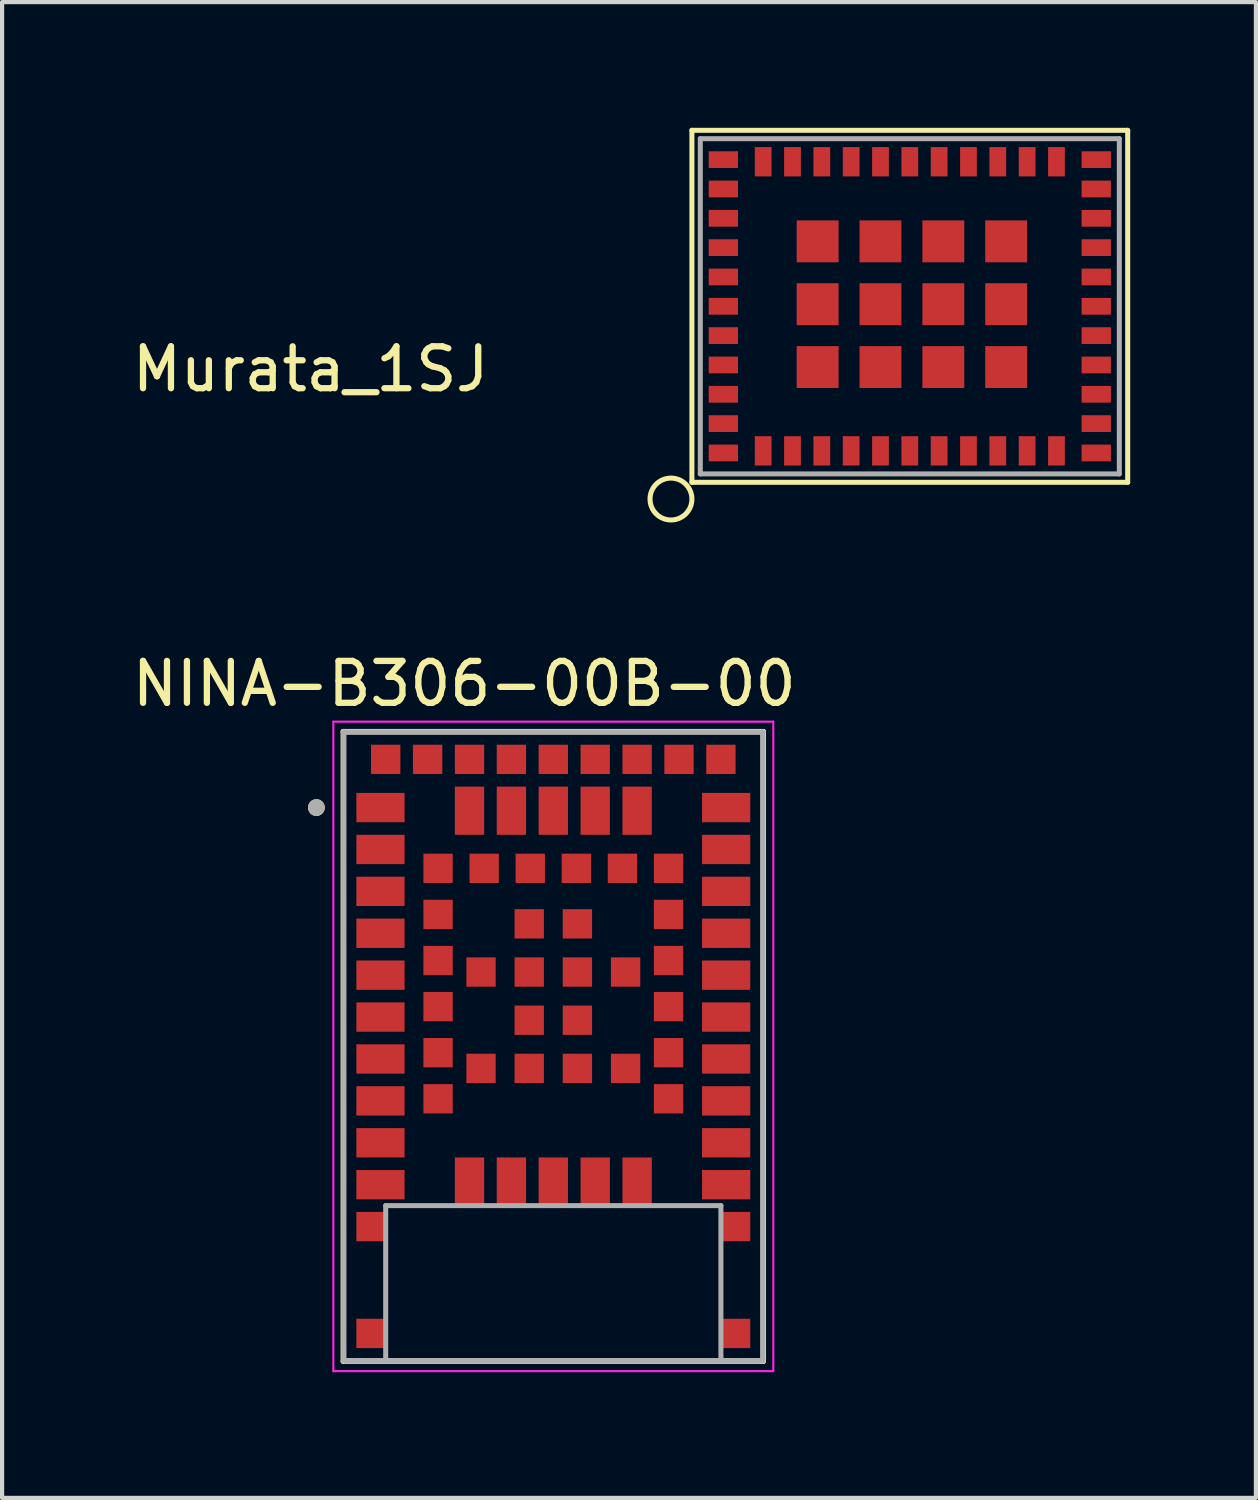
<source format=kicad_pcb>
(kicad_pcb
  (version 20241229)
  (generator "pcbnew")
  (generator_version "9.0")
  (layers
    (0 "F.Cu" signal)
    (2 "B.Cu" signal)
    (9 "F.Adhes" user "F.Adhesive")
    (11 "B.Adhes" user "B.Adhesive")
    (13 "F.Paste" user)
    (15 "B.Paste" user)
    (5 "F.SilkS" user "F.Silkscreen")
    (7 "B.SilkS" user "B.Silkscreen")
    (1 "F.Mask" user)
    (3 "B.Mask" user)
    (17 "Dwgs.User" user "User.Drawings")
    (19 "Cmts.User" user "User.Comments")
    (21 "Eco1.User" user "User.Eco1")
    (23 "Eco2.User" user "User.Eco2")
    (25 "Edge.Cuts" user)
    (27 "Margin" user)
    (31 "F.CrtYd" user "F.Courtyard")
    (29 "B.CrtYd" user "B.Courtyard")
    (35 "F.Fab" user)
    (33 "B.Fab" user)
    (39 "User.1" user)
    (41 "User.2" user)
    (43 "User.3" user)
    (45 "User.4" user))
  (footprint "NINA-B306-00B-00"
    (layer "F.Cu")
    (at 10.155 21.923)
    (property "Reference" "NINA-B306-00B-00" (at -2.125 -8.655 0) (layer "F.SilkS") (effects (font (size 1 1) (thickness 0.15))))
    (attr through_hole)
    (fp_line (start -5.013 -7.513) (end 5.013 -7.513) (stroke (width 0.127) (type solid)) (layer "F.SilkS"))
    (fp_line (start -5.013 7.513) (end -5.013 -7.513) (stroke (width 0.127) (type solid)) (layer "F.SilkS"))
    (fp_line (start 5.013 -7.513) (end 5.013 7.513) (stroke (width 0.127) (type solid)) (layer "F.SilkS"))
    (fp_line (start 5.013 7.513) (end -5.013 7.513) (stroke (width 0.127) (type solid)) (layer "F.SilkS"))
    (fp_circle (center -5.654 -5.7) (end -5.554 -5.7) (stroke (width 0.2) (type solid)) (fill no) (layer "F.SilkS"))
    (fp_line (start -5.25 -7.75) (end 5.25 -7.75) (stroke (width 0.05) (type solid)) (layer "F.CrtYd"))
    (fp_line (start -5.25 7.75) (end -5.25 -7.75) (stroke (width 0.05) (type solid)) (layer "F.CrtYd"))
    (fp_line (start 5.25 -7.75) (end 5.25 7.75) (stroke (width 0.05) (type solid)) (layer "F.CrtYd"))
    (fp_line (start 5.25 7.75) (end -5.25 7.75) (stroke (width 0.05) (type solid)) (layer "F.CrtYd"))
    (fp_line (start -5 -7.5) (end 5 -7.5) (stroke (width 0.127) (type solid)) (layer "F.Fab"))
    (fp_line (start -5 7.5) (end -5 -7.5) (stroke (width 0.127) (type solid)) (layer "F.Fab"))
    (fp_line (start -4 3.8) (end 4 3.8) (stroke (width 0.12) (type solid)) (layer "F.Fab"))
    (fp_line (start -4 7.5) (end -4 3.8) (stroke (width 0.12) (type solid)) (layer "F.Fab"))
    (fp_line (start 4 3.8) (end 4 7.5) (stroke (width 0.12) (type solid)) (layer "F.Fab"))
    (fp_line (start 5 -7.5) (end 5 7.5) (stroke (width 0.127) (type solid)) (layer "F.Fab"))
    (fp_line (start 5 7.5) (end -5 7.5) (stroke (width 0.127) (type solid)) (layer "F.Fab"))
    (fp_circle (center -5.654 -5.7) (end -5.554 -5.7) (stroke (width 0.2) (type solid)) (fill no) (layer "F.Fab"))
    (pad "0" smd rect (at -4.35 4.3) (size 0.7 0.7) (layers "F.Cu" "F.Mask" "F.Paste"))
    (pad "0" smd rect (at -4.35 6.85) (size 0.7 0.7) (layers "F.Cu" "F.Mask" "F.Paste"))
    (pad "0" smd rect (at -1.725 -1.775) (size 0.7 0.7) (layers "F.Cu" "F.Mask" "F.Paste"))
    (pad "0" smd rect (at -1.725 0.525) (size 0.7 0.7) (layers "F.Cu" "F.Mask" "F.Paste"))
    (pad "0" smd rect (at -0.575 -2.925) (size 0.7 0.7) (layers "F.Cu" "F.Mask" "F.Paste"))
    (pad "0" smd rect (at -0.575 -1.775) (size 0.7 0.7) (layers "F.Cu" "F.Mask" "F.Paste"))
    (pad "0" smd rect (at -0.575 -0.625) (size 0.7 0.7) (layers "F.Cu" "F.Mask" "F.Paste"))
    (pad "0" smd rect (at -0.575 0.525) (size 0.7 0.7) (layers "F.Cu" "F.Mask" "F.Paste"))
    (pad "0" smd rect (at 0.575 -2.925) (size 0.7 0.7) (layers "F.Cu" "F.Mask" "F.Paste"))
    (pad "0" smd rect (at 0.575 -1.775) (size 0.7 0.7) (layers "F.Cu" "F.Mask" "F.Paste"))
    (pad "0" smd rect (at 0.575 -0.625) (size 0.7 0.7) (layers "F.Cu" "F.Mask" "F.Paste"))
    (pad "0" smd rect (at 0.575 0.525) (size 0.7 0.7) (layers "F.Cu" "F.Mask" "F.Paste"))
    (pad "0" smd rect (at 1.725 -1.775) (size 0.7 0.7) (layers "F.Cu" "F.Mask" "F.Paste"))
    (pad "0" smd rect (at 1.725 0.525) (size 0.7 0.7) (layers "F.Cu" "F.Mask" "F.Paste"))
    (pad "0" smd rect (at 4.35 4.3) (size 0.7 0.7) (layers "F.Cu" "F.Mask" "F.Paste"))
    (pad "0" smd rect (at 4.35 6.85) (size 0.7 0.7) (layers "F.Cu" "F.Mask" "F.Paste"))
    (pad "1" smd rect (at -4.125 -5.7) (size 1.15 0.7) (layers "F.Cu" "F.Mask" "F.Paste"))
    (pad "2" smd rect (at -4.125 -4.7) (size 1.15 0.7) (layers "F.Cu" "F.Mask" "F.Paste"))
    (pad "3" smd rect (at -4.125 -3.7) (size 1.15 0.7) (layers "F.Cu" "F.Mask" "F.Paste"))
    (pad "4" smd rect (at -4.125 -2.7) (size 1.15 0.7) (layers "F.Cu" "F.Mask" "F.Paste"))
    (pad "5" smd rect (at -4.125 -1.7) (size 1.15 0.7) (layers "F.Cu" "F.Mask" "F.Paste"))
    (pad "6" smd rect (at -4.125 -0.7) (size 1.15 0.7) (layers "F.Cu" "F.Mask" "F.Paste"))
    (pad "7" smd rect (at -4.125 0.3) (size 1.15 0.7) (layers "F.Cu" "F.Mask" "F.Paste"))
    (pad "8" smd rect (at -4.125 1.3) (size 1.15 0.7) (layers "F.Cu" "F.Mask" "F.Paste"))
    (pad "9" smd rect (at -4.125 2.3) (size 1.15 0.7) (layers "F.Cu" "F.Mask" "F.Paste"))
    (pad "10" smd rect (at -4.125 3.3) (size 1.15 0.7) (layers "F.Cu" "F.Mask" "F.Paste"))
    (pad "11" smd rect (at -2 3.225) (size 0.7 1.15) (layers "F.Cu" "F.Mask" "F.Paste"))
    (pad "12" smd rect (at -1 3.225) (size 0.7 1.15) (layers "F.Cu" "F.Mask" "F.Paste"))
    (pad "13" smd rect (at 0 3.225) (size 0.7 1.15) (layers "F.Cu" "F.Mask" "F.Paste"))
    (pad "14" smd rect (at 1 3.225) (size 0.7 1.15) (layers "F.Cu" "F.Mask" "F.Paste"))
    (pad "15" smd rect (at 2 3.225) (size 0.7 1.15) (layers "F.Cu" "F.Mask" "F.Paste"))
    (pad "16" smd rect (at 4.125 3.3) (size 1.15 0.7) (layers "F.Cu" "F.Mask" "F.Paste"))
    (pad "17" smd rect (at 4.125 2.3) (size 1.15 0.7) (layers "F.Cu" "F.Mask" "F.Paste"))
    (pad "18" smd rect (at 4.125 1.3) (size 1.15 0.7) (layers "F.Cu" "F.Mask" "F.Paste"))
    (pad "19" smd rect (at 4.125 0.3) (size 1.15 0.7) (layers "F.Cu" "F.Mask" "F.Paste"))
    (pad "20" smd rect (at 4.125 -0.7) (size 1.15 0.7) (layers "F.Cu" "F.Mask" "F.Paste"))
    (pad "21" smd rect (at 4.125 -1.7) (size 1.15 0.7) (layers "F.Cu" "F.Mask" "F.Paste"))
    (pad "22" smd rect (at 4.125 -2.7) (size 1.15 0.7) (layers "F.Cu" "F.Mask" "F.Paste"))
    (pad "23" smd rect (at 4.125 -3.7) (size 1.15 0.7) (layers "F.Cu" "F.Mask" "F.Paste"))
    (pad "24" smd rect (at 4.125 -4.7) (size 1.15 0.7) (layers "F.Cu" "F.Mask" "F.Paste"))
    (pad "25" smd rect (at 4.125 -5.7) (size 1.15 0.7) (layers "F.Cu" "F.Mask" "F.Paste"))
    (pad "26" smd rect (at 2 -5.625) (size 0.7 1.15) (layers "F.Cu" "F.Mask" "F.Paste"))
    (pad "27" smd rect (at 1 -5.625) (size 0.7 1.15) (layers "F.Cu" "F.Mask" "F.Paste"))
    (pad "28" smd rect (at 0 -5.625) (size 0.7 1.15) (layers "F.Cu" "F.Mask" "F.Paste"))
    (pad "29" smd rect (at -1 -5.625) (size 0.7 1.15) (layers "F.Cu" "F.Mask" "F.Paste"))
    (pad "30" smd rect (at -2 -5.625) (size 0.7 1.15) (layers "F.Cu" "F.Mask" "F.Paste"))
    (pad "31" smd rect (at -2.75 -4.25) (size 0.7 0.7) (layers "F.Cu" "F.Mask" "F.Paste"))
    (pad "32" smd rect (at -2.75 -3.15) (size 0.7 0.7) (layers "F.Cu" "F.Mask" "F.Paste"))
    (pad "33" smd rect (at -2.75 -2.05) (size 0.7 0.7) (layers "F.Cu" "F.Mask" "F.Paste"))
    (pad "34" smd rect (at -2.75 -0.95) (size 0.7 0.7) (layers "F.Cu" "F.Mask" "F.Paste"))
    (pad "35" smd rect (at -2.75 0.15) (size 0.7 0.7) (layers "F.Cu" "F.Mask" "F.Paste"))
    (pad "36" smd rect (at -2.75 1.25) (size 0.7 0.7) (layers "F.Cu" "F.Mask" "F.Paste"))
    (pad "37" smd rect (at 2.75 1.25) (size 0.7 0.7) (layers "F.Cu" "F.Mask" "F.Paste"))
    (pad "38" smd rect (at 2.75 0.15) (size 0.7 0.7) (layers "F.Cu" "F.Mask" "F.Paste"))
    (pad "39" smd rect (at 2.75 -0.95) (size 0.7 0.7) (layers "F.Cu" "F.Mask" "F.Paste"))
    (pad "40" smd rect (at 2.75 -2.05) (size 0.7 0.7) (layers "F.Cu" "F.Mask" "F.Paste"))
    (pad "41" smd rect (at 2.75 -3.15) (size 0.7 0.7) (layers "F.Cu" "F.Mask" "F.Paste"))
    (pad "42" smd rect (at 2.75 -4.25) (size 0.7 0.7) (layers "F.Cu" "F.Mask" "F.Paste"))
    (pad "43" smd rect (at 1.65 -4.25) (size 0.7 0.7) (layers "F.Cu" "F.Mask" "F.Paste"))
    (pad "44" smd rect (at 0.55 -4.25) (size 0.7 0.7) (layers "F.Cu" "F.Mask" "F.Paste"))
    (pad "45" smd rect (at -0.55 -4.25) (size 0.7 0.7) (layers "F.Cu" "F.Mask" "F.Paste"))
    (pad "46" smd rect (at -1.65 -4.25) (size 0.7 0.7) (layers "F.Cu" "F.Mask" "F.Paste"))
    (pad "47" smd rect (at 4 -6.85) (size 0.7 0.7) (layers "F.Cu" "F.Mask" "F.Paste"))
    (pad "48" smd rect (at 3 -6.85) (size 0.7 0.7) (layers "F.Cu" "F.Mask" "F.Paste"))
    (pad "49" smd rect (at 2 -6.85) (size 0.7 0.7) (layers "F.Cu" "F.Mask" "F.Paste"))
    (pad "50" smd rect (at 1 -6.85) (size 0.7 0.7) (layers "F.Cu" "F.Mask" "F.Paste"))
    (pad "51" smd rect (at 0 -6.85) (size 0.7 0.7) (layers "F.Cu" "F.Mask" "F.Paste"))
    (pad "52" smd rect (at -1 -6.85) (size 0.7 0.7) (layers "F.Cu" "F.Mask" "F.Paste"))
    (pad "53" smd rect (at -2 -6.85) (size 0.7 0.7) (layers "F.Cu" "F.Mask" "F.Paste"))
    (pad "54" smd rect (at -3 -6.85) (size 0.7 0.7) (layers "F.Cu" "F.Mask" "F.Paste"))
    (pad "55" smd rect (at -4 -6.85) (size 0.7 0.7) (layers "F.Cu" "F.Mask" "F.Paste")))
  (footprint "Murata_1SJ"
    (layer "F.Cu")
    (at 13.663 0.26)
    (property "Reference" "Murata_1SJ" (at -9.3 5.5 0) (layer "F.SilkS") (effects (font (size 1 1) (thickness 0.15))))
    (attr through_hole)
    (fp_line (start -0.2 -0.2) (end -0.2 8.2) (stroke (width 0.12) (type solid)) (layer "F.SilkS"))
    (fp_line (start -0.2 -0.2) (end 10.2 -0.2) (stroke (width 0.12) (type solid)) (layer "F.SilkS"))
    (fp_line (start -0.2 8.2) (end 10.2 8.2) (stroke (width 0.12) (type solid)) (layer "F.SilkS"))
    (fp_line (start 10.2 -0.2) (end 10.2 8.2) (stroke (width 0.12) (type solid)) (layer "F.SilkS"))
    (fp_circle (center -0.7 8.6) (end -0.2 8.6) (stroke (width 0.12) (type solid)) (fill no) (layer "F.SilkS"))
    (fp_line (start 0 0) (end 0 8) (stroke (width 0.12) (type solid)) (layer "F.Fab"))
    (fp_line (start 0 0) (end 10 0) (stroke (width 0.12) (type solid)) (layer "F.Fab"))
    (fp_line (start 10 0) (end 10 8) (stroke (width 0.12) (type solid)) (layer "F.Fab"))
    (fp_line (start 10 8) (end 0 8) (stroke (width 0.12) (type solid)) (layer "F.Fab"))
    (pad "1" smd rect (at 1.5 7.45) (size 0.4 0.7) (layers "F.Cu" "F.Mask" "F.Paste"))
    (pad "2" smd rect (at 2.2 7.45) (size 0.4 0.7) (layers "F.Cu" "F.Mask" "F.Paste"))
    (pad "3" smd rect (at 2.9 7.45) (size 0.4 0.7) (layers "F.Cu" "F.Mask" "F.Paste"))
    (pad "4" smd rect (at 3.6 7.45) (size 0.4 0.7) (layers "F.Cu" "F.Mask" "F.Paste"))
    (pad "5" smd rect (at 4.3 7.45) (size 0.4 0.7) (layers "F.Cu" "F.Mask" "F.Paste"))
    (pad "6" smd rect (at 5 7.45) (size 0.4 0.7) (layers "F.Cu" "F.Mask" "F.Paste"))
    (pad "7" smd rect (at 5.7 7.45) (size 0.4 0.7) (layers "F.Cu" "F.Mask" "F.Paste"))
    (pad "8" smd rect (at 6.4 7.45) (size 0.4 0.7) (layers "F.Cu" "F.Mask" "F.Paste"))
    (pad "9" smd rect (at 7.1 7.45) (size 0.4 0.7) (layers "F.Cu" "F.Mask" "F.Paste"))
    (pad "10" smd rect (at 7.8 7.45) (size 0.4 0.7) (layers "F.Cu" "F.Mask" "F.Paste"))
    (pad "11" smd rect (at 8.5 7.45) (size 0.4 0.7) (layers "F.Cu" "F.Mask" "F.Paste"))
    (pad "12" smd rect (at 9.45 7.5 90) (size 0.4 0.7) (layers "F.Cu" "F.Mask" "F.Paste"))
    (pad "13" smd rect (at 9.45 6.8 90) (size 0.4 0.7) (layers "F.Cu" "F.Mask" "F.Paste"))
    (pad "14" smd rect (at 9.45 6.1 90) (size 0.4 0.7) (layers "F.Cu" "F.Mask" "F.Paste"))
    (pad "15" smd rect (at 9.45 5.4 90) (size 0.4 0.7) (layers "F.Cu" "F.Mask" "F.Paste"))
    (pad "16" smd rect (at 9.45 4.7 90) (size 0.4 0.7) (layers "F.Cu" "F.Mask" "F.Paste"))
    (pad "17" smd rect (at 9.45 4 90) (size 0.4 0.7) (layers "F.Cu" "F.Mask" "F.Paste"))
    (pad "18" smd rect (at 9.45 3.3 90) (size 0.4 0.7) (layers "F.Cu" "F.Mask" "F.Paste"))
    (pad "19" smd rect (at 9.45 2.6 90) (size 0.4 0.7) (layers "F.Cu" "F.Mask" "F.Paste"))
    (pad "20" smd rect (at 9.45 1.9 90) (size 0.4 0.7) (layers "F.Cu" "F.Mask" "F.Paste"))
    (pad "21" smd rect (at 9.45 1.2 90) (size 0.4 0.7) (layers "F.Cu" "F.Mask" "F.Paste"))
    (pad "22" smd rect (at 9.45 0.5 90) (size 0.4 0.7) (layers "F.Cu" "F.Mask" "F.Paste"))
    (pad "23" smd rect (at 8.5 0.55) (size 0.4 0.7) (layers "F.Cu" "F.Mask" "F.Paste"))
    (pad "24" smd rect (at 7.8 0.55) (size 0.4 0.7) (layers "F.Cu" "F.Mask" "F.Paste"))
    (pad "25" smd rect (at 7.1 0.55) (size 0.4 0.7) (layers "F.Cu" "F.Mask" "F.Paste"))
    (pad "26" smd rect (at 6.4 0.55) (size 0.4 0.7) (layers "F.Cu" "F.Mask" "F.Paste"))
    (pad "27" smd rect (at 5.7 0.55) (size 0.4 0.7) (layers "F.Cu" "F.Mask" "F.Paste"))
    (pad "28" smd rect (at 5 0.55) (size 0.4 0.7) (layers "F.Cu" "F.Mask" "F.Paste"))
    (pad "29" smd rect (at 4.3 0.55) (size 0.4 0.7) (layers "F.Cu" "F.Mask" "F.Paste"))
    (pad "30" smd rect (at 3.6 0.55) (size 0.4 0.7) (layers "F.Cu" "F.Mask" "F.Paste"))
    (pad "31" smd rect (at 2.9 0.55) (size 0.4 0.7) (layers "F.Cu" "F.Mask" "F.Paste"))
    (pad "32" smd rect (at 2.2 0.55) (size 0.4 0.7) (layers "F.Cu" "F.Mask" "F.Paste"))
    (pad "33" smd rect (at 1.5 0.55) (size 0.4 0.7) (layers "F.Cu" "F.Mask" "F.Paste"))
    (pad "34" smd rect (at 0.55 0.5 90) (size 0.4 0.7) (layers "F.Cu" "F.Mask" "F.Paste"))
    (pad "35" smd rect (at 0.55 1.2 90) (size 0.4 0.7) (layers "F.Cu" "F.Mask" "F.Paste"))
    (pad "36" smd rect (at 0.55 1.9 90) (size 0.4 0.7) (layers "F.Cu" "F.Mask" "F.Paste"))
    (pad "37" smd rect (at 0.55 2.6 90) (size 0.4 0.7) (layers "F.Cu" "F.Mask" "F.Paste"))
    (pad "38" smd rect (at 0.55 3.3 90) (size 0.4 0.7) (layers "F.Cu" "F.Mask" "F.Paste"))
    (pad "39" smd rect (at 0.55 4 90) (size 0.4 0.7) (layers "F.Cu" "F.Mask" "F.Paste"))
    (pad "40" smd rect (at 0.55 4.7 90) (size 0.4 0.7) (layers "F.Cu" "F.Mask" "F.Paste"))
    (pad "41" smd rect (at 0.55 5.4 90) (size 0.4 0.7) (layers "F.Cu" "F.Mask" "F.Paste"))
    (pad "42" smd rect (at 0.55 6.1 90) (size 0.4 0.7) (layers "F.Cu" "F.Mask" "F.Paste"))
    (pad "43" smd rect (at 0.55 6.8 90) (size 0.4 0.7) (layers "F.Cu" "F.Mask" "F.Paste"))
    (pad "44" smd rect (at 0.55 7.5 90) (size 0.4 0.7) (layers "F.Cu" "F.Mask" "F.Paste"))
    (pad "45" smd rect (at 2.8 5.45) (size 1 1) (layers "F.Cu" "F.Mask" "F.Paste"))
    (pad "46" smd rect (at 4.3 5.45) (size 1 1) (layers "F.Cu" "F.Mask" "F.Paste"))
    (pad "47" smd rect (at 5.8 5.45) (size 1 1) (layers "F.Cu" "F.Mask" "F.Paste"))
    (pad "48" smd rect (at 7.3 5.45) (size 1 1) (layers "F.Cu" "F.Mask" "F.Paste"))
    (pad "49" smd rect (at 7.3 3.95) (size 1 1) (layers "F.Cu" "F.Mask" "F.Paste"))
    (pad "50" smd rect (at 7.3 2.45) (size 1 1) (layers "F.Cu" "F.Mask" "F.Paste"))
    (pad "51" smd rect (at 5.8 2.45) (size 1 1) (layers "F.Cu" "F.Mask" "F.Paste"))
    (pad "52" smd rect (at 4.3 2.45) (size 1 1) (layers "F.Cu" "F.Mask" "F.Paste"))
    (pad "53" smd rect (at 2.8 2.45) (size 1 1) (layers "F.Cu" "F.Mask" "F.Paste"))
    (pad "54" smd rect (at 2.8 3.95) (size 1 1) (layers "F.Cu" "F.Mask" "F.Paste"))
    (pad "55" smd rect (at 4.3 3.95) (size 1 1) (layers "F.Cu" "F.Mask" "F.Paste"))
    (pad "56" smd rect (at 5.8 3.95) (size 1 1) (layers "F.Cu" "F.Mask" "F.Paste")))
  (gr_rect
    (start -3 -3)
    (end 26.923 32.698)
    (stroke (width 0.1) (type default))
    (fill no)
    (layer "Edge.Cuts")))
</source>
